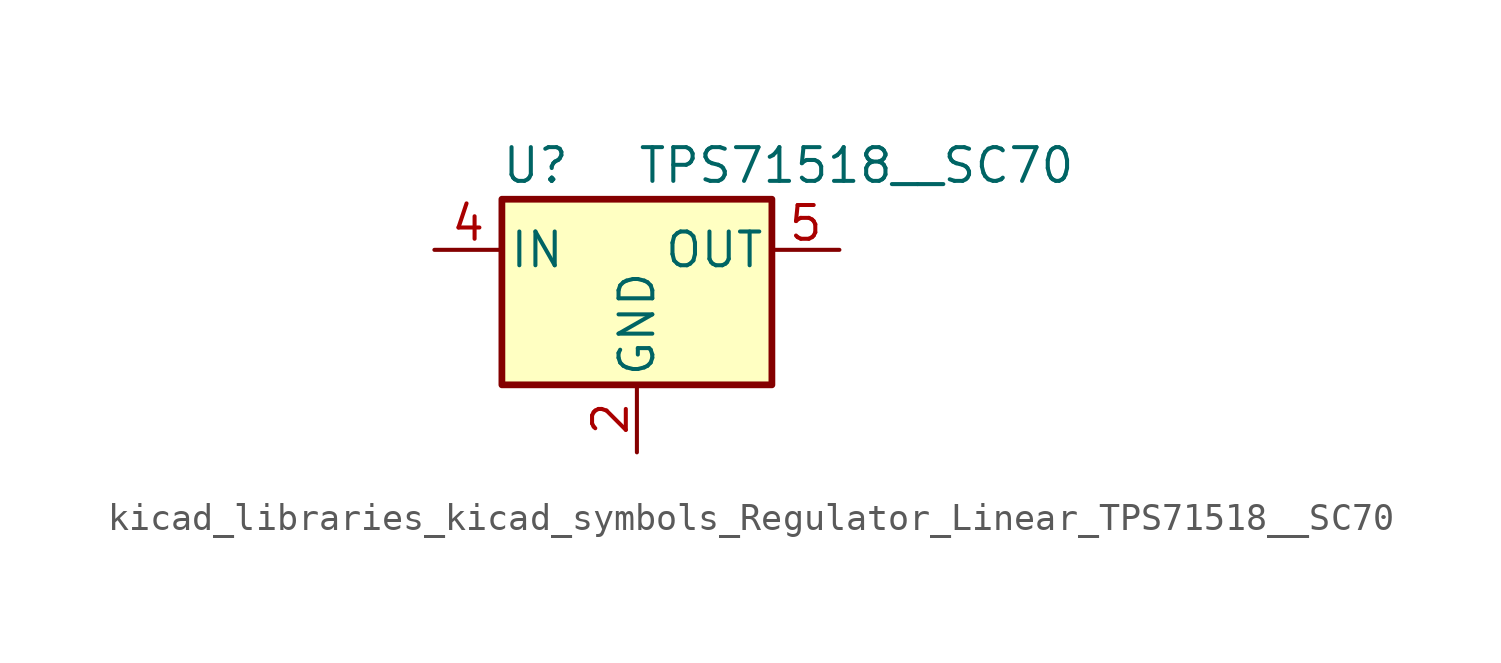
<source format=kicad_sym>
(kicad_symbol_lib
  (version 20220914)
  (generator kicad_symbol_editor)
  (symbol "kicad_libraries_kicad_symbols_Regulator_Linear_TPS71518__SC70"
    (pin_names
      (offset 0.254))
    (property "Reference" "U"
      (at -3.81 3.175 0)
      (effects (font (size 1.27 1.27))))
    (property "Value" "TPS71518__SC70"
      (at 0 3.175 0)
      (effects (font (size 1.27 1.27)) (justify left)))
    (symbol "kicad_libraries_kicad_symbols_Regulator_Linear_TPS71518__SC70_0_1"
      (rectangle (start -5.08 1.905) (end 5.08 -5.08) (stroke (width 0.254) (type default)) (fill (type background))))
    (symbol "kicad_libraries_kicad_symbols_Regulator_Linear_TPS71518__SC70_1_1"
      (pin no_connect line (at 5.08 -2.54 180) (length 2.54) hide (name "NC" (effects (font (size 1.27 1.27)))) (number "1" (effects (font (size 1.27 1.27)))))
      (pin power_in line (at 0 -7.62 90) (length 2.54) (name "GND" (effects (font (size 1.27 1.27)))) (number "2" (effects (font (size 1.27 1.27)))))
      (pin no_connect line (at -5.08 -2.54 0) (length 2.54) hide (name "NC" (effects (font (size 1.27 1.27)))) (number "3" (effects (font (size 1.27 1.27)))))
      (pin power_in line (at -7.62 0 0) (length 2.54) (name "IN" (effects (font (size 1.27 1.27)))) (number "4" (effects (font (size 1.27 1.27)))))
      (pin power_out line (at 7.62 0 180) (length 2.54) (name "OUT" (effects (font (size 1.27 1.27)))) (number "5" (effects (font (size 1.27 1.27))))))))
</source>
